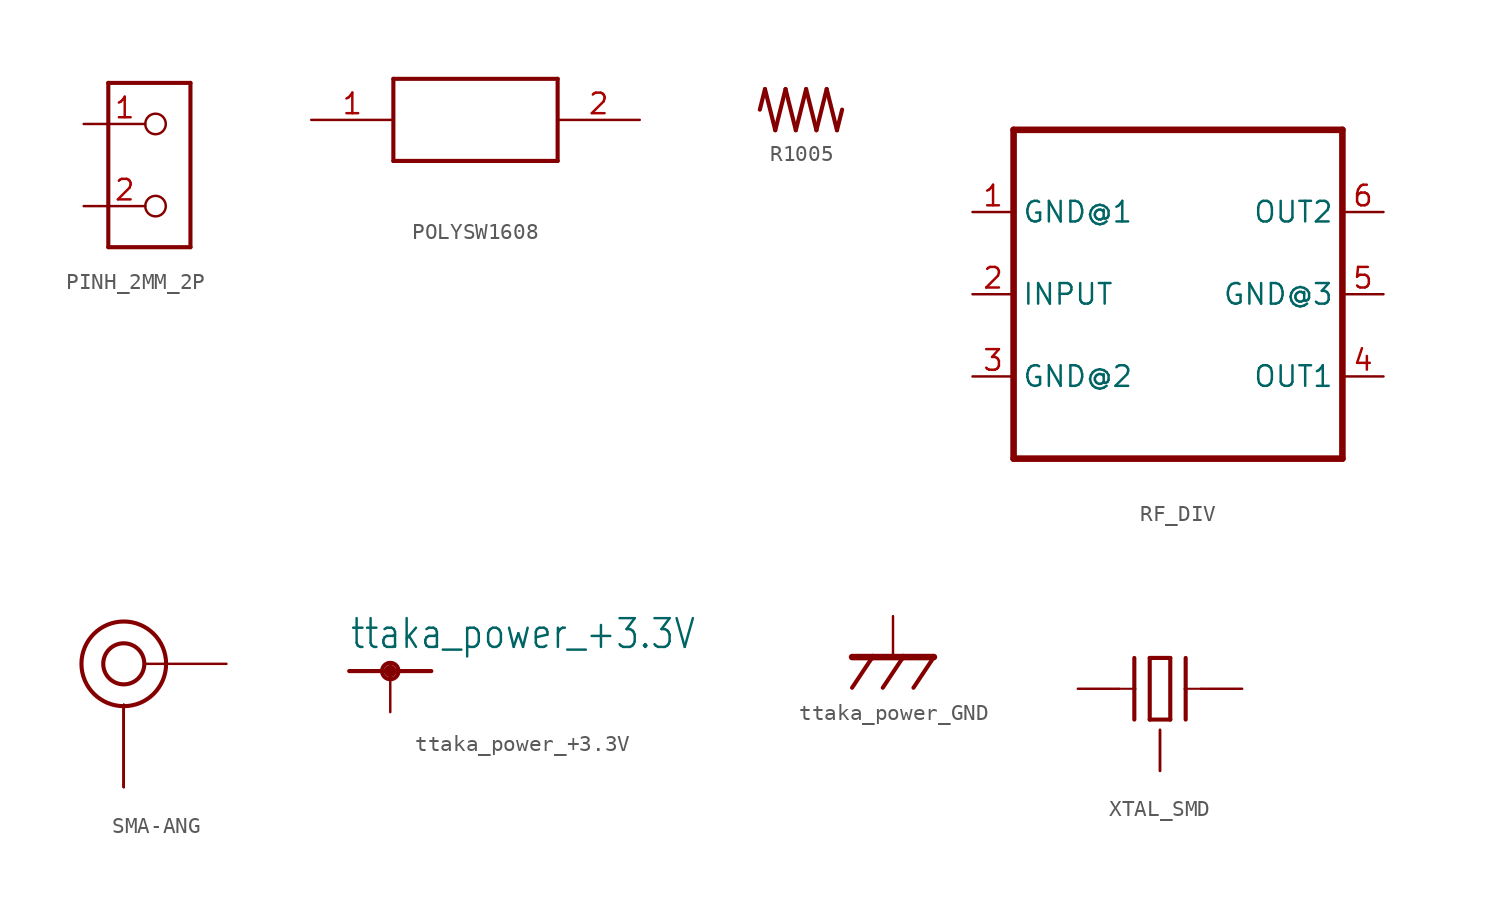
<source format=kicad_sym>
(kicad_symbol_lib
  (version 20220914)
  (generator kicad_symbol_editor)
  (symbol "PINH_2MM_2P"
    (property "Reference" ""
      (at -3.81 7.62 0)
      (effects (font (size 1.778 1.511)) (justify left bottom) hide))
    (property "ki_locked" ""
      (at 0 0 0)
      (effects (font (size 1.27 1.27))))
    (symbol "PINH_2MM_2P_1_0"
      (polyline (pts (xy -2.54 -5.08) (xy -2.54 5.08)) (stroke (width 0.254) (type solid)) (fill (type none)))
      (polyline (pts (xy -2.54 5.08) (xy 2.54 5.08)) (stroke (width 0.254) (type solid)) (fill (type none)))
      (polyline (pts (xy 2.54 -5.08) (xy -2.54 -5.08)) (stroke (width 0.254) (type solid)) (fill (type none)))
      (polyline (pts (xy 2.54 5.08) (xy 2.54 -5.08)) (stroke (width 0.254) (type solid)) (fill (type none)))
      (pin bidirectional inverted (at -4.064 2.54 0) (length 5.08) (name "P1" (effects (font (size 0 0)))) (number "1" (effects (font (size 1.27 1.27)))))
      (pin bidirectional inverted (at -4.064 -2.54 0) (length 5.08) (name "P2" (effects (font (size 0 0)))) (number "2" (effects (font (size 1.27 1.27)))))))
  (symbol "POLYSW1608"
    (property "Reference" ""
      (at -5.08 5.08 0)
      (effects (font (size 1.778 1.511)) (justify left bottom) hide))
    (property "Value" ""
      (at -5.08 -5.08 0)
      (effects (font (size 1.778 1.511)) (justify left bottom)))
    (property "ki_locked" ""
      (at 0 0 0)
      (effects (font (size 1.27 1.27))))
    (symbol "POLYSW1608_1_0"
      (polyline (pts (xy -5.08 -2.54) (xy 5.08 -2.54)) (stroke (width 0.254) (type solid)) (fill (type none)))
      (polyline (pts (xy -5.08 2.54) (xy -5.08 -2.54)) (stroke (width 0.254) (type solid)) (fill (type none)))
      (polyline (pts (xy 5.08 -2.54) (xy 5.08 2.54)) (stroke (width 0.254) (type solid)) (fill (type none)))
      (polyline (pts (xy 5.08 2.54) (xy -5.08 2.54)) (stroke (width 0.254) (type solid)) (fill (type none)))
      (pin bidirectional line (at -10.16 0 0) (length 5.08) (name "P$1" (effects (font (size 0 0)))) (number "1" (effects (font (size 1.27 1.27)))))
      (pin bidirectional line (at 10.16 0 180) (length 5.08) (name "P$2" (effects (font (size 0 0)))) (number "2" (effects (font (size 1.27 1.27)))))))
  (symbol "R1005"
    (property "Reference" ""
      (at -4.826 2.032 0)
      (effects (font (size 1.27 1.079)) (justify left bottom) hide))
    (property "Value" ""
      (at 0 2.032 0)
      (effects (font (size 1.27 1.079)) (justify left bottom)))
    (property "ki_locked" ""
      (at 0 0 0)
      (effects (font (size 1.27 1.27))))
    (symbol "R1005_1_0"
      (polyline (pts (xy -2.54 0) (xy -2.223 1.27)) (stroke (width 0.254) (type solid)) (fill (type none)))
      (polyline (pts (xy -2.223 1.27) (xy -1.587 -1.27)) (stroke (width 0.254) (type solid)) (fill (type none)))
      (polyline (pts (xy -1.587 -1.27) (xy -0.953 1.27)) (stroke (width 0.254) (type solid)) (fill (type none)))
      (polyline (pts (xy -0.953 1.27) (xy -0.318 -1.27)) (stroke (width 0.254) (type solid)) (fill (type none)))
      (polyline (pts (xy -0.318 -1.27) (xy 0.318 1.27)) (stroke (width 0.254) (type solid)) (fill (type none)))
      (polyline (pts (xy 0.318 1.27) (xy 0.953 -1.27)) (stroke (width 0.254) (type solid)) (fill (type none)))
      (polyline (pts (xy 0.953 -1.27) (xy 1.587 1.27)) (stroke (width 0.254) (type solid)) (fill (type none)))
      (polyline (pts (xy 1.587 1.27) (xy 2.223 -1.27)) (stroke (width 0.254) (type solid)) (fill (type none)))
      (polyline (pts (xy 2.223 -1.27) (xy 2.54 0)) (stroke (width 0.254) (type solid)) (fill (type none)))
      (pin passive line (at -2.54 0 0) (length 0) (name "P$1" (effects (font (size 0 0)))) (number "1" (effects (font (size 0 0)))))
      (pin passive line (at 2.54 0 0) (length 0) (name "P$2" (effects (font (size 0 0)))) (number "2" (effects (font (size 0 0)))))))
  (symbol "RF_DIV"
    (property "Reference" ""
      (at -8.89 11.43 0)
      (effects (font (size 1.778 1.511)) (justify left bottom) hide))
    (property "Value" ""
      (at 1.524 11.43 0)
      (effects (font (size 1.778 1.511)) (justify left bottom)))
    (property "ki_locked" ""
      (at 0 0 0)
      (effects (font (size 1.27 1.27))))
    (symbol "RF_DIV_1_0"
      (polyline (pts (xy -10.16 -10.16) (xy 10.16 -10.16)) (stroke (width 0.406) (type solid)) (fill (type none)))
      (polyline (pts (xy -10.16 10.16) (xy -10.16 -10.16)) (stroke (width 0.406) (type solid)) (fill (type none)))
      (polyline (pts (xy 10.16 -10.16) (xy 10.16 10.16)) (stroke (width 0.406) (type solid)) (fill (type none)))
      (polyline (pts (xy 10.16 10.16) (xy -10.16 10.16)) (stroke (width 0.406) (type solid)) (fill (type none)))
      (pin bidirectional line (at -12.7 5.08 0) (length 2.54) (name "GND@1" (effects (font (size 1.27 1.27)))) (number "1" (effects (font (size 1.27 1.27)))))
      (pin input line (at -12.7 0 0) (length 2.54) (name "INPUT" (effects (font (size 1.27 1.27)))) (number "2" (effects (font (size 1.27 1.27)))))
      (pin bidirectional line (at -12.7 -5.08 0) (length 2.54) (name "GND@2" (effects (font (size 1.27 1.27)))) (number "3" (effects (font (size 1.27 1.27)))))
      (pin bidirectional line (at 12.7 -5.08 180) (length 2.54) (name "OUT1" (effects (font (size 1.27 1.27)))) (number "4" (effects (font (size 1.27 1.27)))))
      (pin bidirectional line (at 12.7 0 180) (length 2.54) (name "GND@3" (effects (font (size 1.27 1.27)))) (number "5" (effects (font (size 1.27 1.27)))))
      (pin bidirectional line (at 12.7 5.08 180) (length 2.54) (name "OUT2" (effects (font (size 1.27 1.27)))) (number "6" (effects (font (size 1.27 1.27)))))))
  (symbol "SMA-ANG"
    (property "Reference" ""
      (at -3.81 3.81 0)
      (effects (font (size 1.778 1.511)) (justify left bottom) hide))
    (property "ki_locked" ""
      (at 0 0 0)
      (effects (font (size 1.27 1.27))))
    (symbol "SMA-ANG_1_0"
      (circle (center 0 0) (radius 1.27) (stroke (width 0.254) (type solid)) (fill (type none)))
      (circle (center 0 0) (radius 2.618) (stroke (width 0.254) (type solid)) (fill (type none)))
      (pin passive line (at 6.35 0 180) (length 5.08) (name "RF" (effects (font (size 0 0)))) (number "P1" (effects (font (size 0 0)))))
      (pin passive line (at 0 -7.62 90) (length 5.08) (name "GND" (effects (font (size 0 0)))) (number "P2" (effects (font (size 0 0)))))
      (pin passive line (at 0 -7.62 90) (length 5.08) (name "GND" (effects (font (size 0 0)))) (number "P3" (effects (font (size 0 0)))))
      (pin passive line (at 0 -7.62 90) (length 5.08) (name "GND" (effects (font (size 0 0)))) (number "P4" (effects (font (size 0 0)))))
      (pin passive line (at 0 -7.62 90) (length 5.08) (name "GND" (effects (font (size 0 0)))) (number "P5" (effects (font (size 0 0)))))))
  (symbol "ttaka_power_+3.3V"
    (power)
    (property "Reference" ""
      (at 0 0 0)
      (effects (font (size 1.27 1.27)) hide))
    (property "Value" "ttaka_power_+3.3V"
      (at -2.54 1.27 0)
      (effects (font (size 1.778 1.511)) (justify left bottom)))
    (property "ki_locked" ""
      (at 0 0 0)
      (effects (font (size 1.27 1.27))))
    (symbol "ttaka_power_+3.3V_1_0"
      (polyline (pts (xy -2.54 0) (xy 2.54 0)) (stroke (width 0.254) (type solid)) (fill (type none)))
      (circle (center 0 0) (radius 0.254) (stroke (width 0.254) (type solid)) (fill (type none)))
      (circle (center 0 0) (radius 0.508) (stroke (width 0.254) (type solid)) (fill (type none)))
      (pin power_in line (at 0 -2.54 90) (length 2.54) (name "+3.3V" (effects (font (size 0 0)))) (number "1" (effects (font (size 0 0)))))))
  (symbol "ttaka_power_GND"
    (power)
    (property "Reference" ""
      (at 0 0 0)
      (effects (font (size 1.27 1.27)) hide))
    (property "ki_locked" ""
      (at 0 0 0)
      (effects (font (size 1.27 1.27))))
    (symbol "ttaka_power_GND_1_0"
      (polyline (pts (xy -2.54 -2.54) (xy -1.27 -2.54)) (stroke (width 0.406) (type solid)) (fill (type none)))
      (polyline (pts (xy -1.27 -2.54) (xy -2.54 -4.445)) (stroke (width 0.254) (type solid)) (fill (type none)))
      (polyline (pts (xy 0.635 -2.54) (xy -1.27 -2.54)) (stroke (width 0.406) (type solid)) (fill (type none)))
      (polyline (pts (xy 0.635 -2.54) (xy -0.635 -4.445)) (stroke (width 0.254) (type solid)) (fill (type none)))
      (polyline (pts (xy 0.635 -2.54) (xy 2.54 -2.54)) (stroke (width 0.406) (type solid)) (fill (type none)))
      (polyline (pts (xy 2.54 -2.54) (xy 1.27 -4.445)) (stroke (width 0.254) (type solid)) (fill (type none)))
      (pin power_in line (at 0 0 270) (length 2.54) (name "GND" (effects (font (size 0 0)))) (number "1" (effects (font (size 0 0)))))))
  (symbol "XTAL_SMD"
    (property "Reference" ""
      (at -7.62 3.81 0)
      (effects (font (size 1.778 1.511)) (justify left bottom) hide))
    (property "Value" ""
      (at 2.54 3.81 0)
      (effects (font (size 1.778 1.511)) (justify left bottom)))
    (property "ki_locked" ""
      (at 0 0 0)
      (effects (font (size 1.27 1.27))))
    (symbol "XTAL_SMD_1_0"
      (polyline (pts (xy -2.54 0) (xy -1.587 0)) (stroke (width 0.127) (type solid)) (fill (type none)))
      (polyline (pts (xy -1.587 -1.905) (xy -1.587 0)) (stroke (width 0.254) (type solid)) (fill (type none)))
      (polyline (pts (xy -1.587 0) (xy -1.587 1.905)) (stroke (width 0.254) (type solid)) (fill (type none)))
      (polyline (pts (xy -0.635 -1.905) (xy 0.635 -1.905)) (stroke (width 0.254) (type solid)) (fill (type none)))
      (polyline (pts (xy -0.635 1.905) (xy -0.635 -1.905)) (stroke (width 0.254) (type solid)) (fill (type none)))
      (polyline (pts (xy 0.635 -1.905) (xy 0.635 1.905)) (stroke (width 0.254) (type solid)) (fill (type none)))
      (polyline (pts (xy 0.635 1.905) (xy -0.635 1.905)) (stroke (width 0.254) (type solid)) (fill (type none)))
      (polyline (pts (xy 1.587 -1.905) (xy 1.587 0)) (stroke (width 0.254) (type solid)) (fill (type none)))
      (polyline (pts (xy 1.587 0) (xy 1.587 1.905)) (stroke (width 0.254) (type solid)) (fill (type none)))
      (polyline (pts (xy 1.587 0) (xy 2.54 0)) (stroke (width 0.127) (type solid)) (fill (type none)))
      (pin passive line (at -5.08 0 0) (length 2.54) (name "XTAL1" (effects (font (size 0 0)))) (number "P1" (effects (font (size 0 0)))))
      (pin passive line (at 0 -5.08 90) (length 2.54) (name "GND" (effects (font (size 0 0)))) (number "P2" (effects (font (size 0 0)))))
      (pin passive line (at 5.08 0 180) (length 2.54) (name "XTAL2" (effects (font (size 0 0)))) (number "P3" (effects (font (size 0 0)))))
      (pin passive line (at 0 -5.08 90) (length 2.54) (name "GND" (effects (font (size 0 0)))) (number "P4" (effects (font (size 0 0))))))))
</source>
